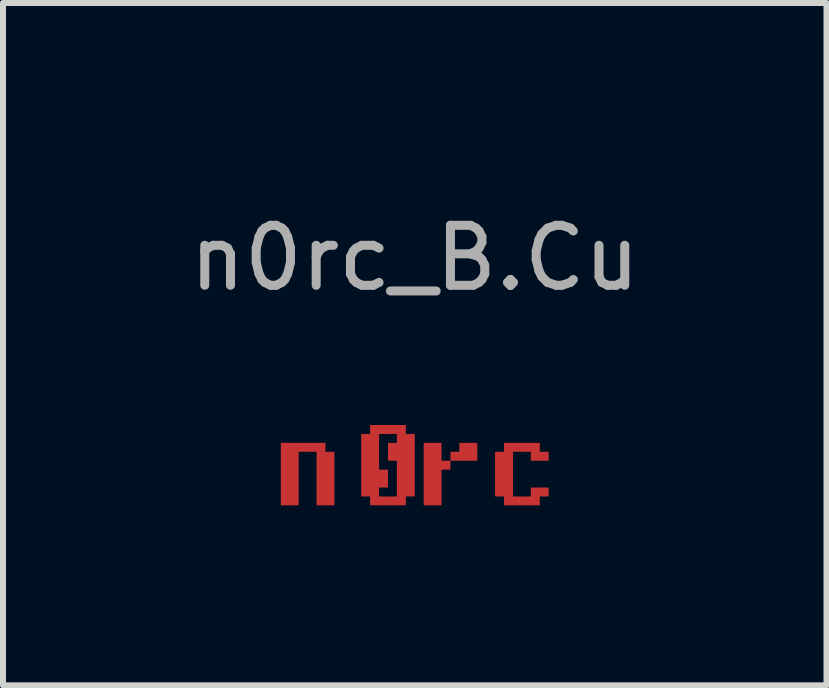
<source format=kicad_pcb>
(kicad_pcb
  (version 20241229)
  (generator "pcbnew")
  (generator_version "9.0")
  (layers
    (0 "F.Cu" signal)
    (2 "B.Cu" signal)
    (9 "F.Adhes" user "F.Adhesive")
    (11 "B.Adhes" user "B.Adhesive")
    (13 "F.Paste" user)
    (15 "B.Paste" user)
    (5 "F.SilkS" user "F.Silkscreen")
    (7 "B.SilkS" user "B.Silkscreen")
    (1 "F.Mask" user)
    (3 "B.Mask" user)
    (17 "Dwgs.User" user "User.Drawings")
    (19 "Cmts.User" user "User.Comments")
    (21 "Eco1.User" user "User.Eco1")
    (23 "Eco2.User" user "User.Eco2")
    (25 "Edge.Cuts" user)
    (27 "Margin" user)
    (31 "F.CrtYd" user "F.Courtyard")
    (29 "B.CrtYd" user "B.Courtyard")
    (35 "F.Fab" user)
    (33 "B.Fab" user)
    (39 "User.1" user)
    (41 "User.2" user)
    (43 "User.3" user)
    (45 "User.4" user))
  (footprint "n0rc_B.Cu"
    (layer "F.Cu")
    (at 3.863 0.25)
    (property "Reference" "n0rc_B.Cu" (at 0 1 0) (unlocked yes) (layer "F.Fab") (effects (font (size 1 1) (thickness 0.15))))
    (attr board_only exclude_from_pos_files exclude_from_bom)
    (fp_poly (pts (xy 1.042 4.379) (xy 0.595 4.379) (xy 0.595 4.23) (xy 0.744 4.23) (xy 0.744 4.082) (xy 1.042 4.082)) (stroke (width 0) (type solid)) (fill yes) (layer "F.Cu"))
    (fp_poly (pts (xy 0.446 4.379) (xy 0.595 4.379) (xy 0.595 4.528) (xy 0.446 4.528) (xy 0.446 5.123) (xy 0.149 5.123) (xy 0.149 4.082) (xy 0.446 4.082)) (stroke (width 0) (type solid)) (fill yes) (layer "F.Cu"))
    (fp_poly (pts (xy -1.488 4.23) (xy -1.339 4.23) (xy -1.339 5.123) (xy -1.637 5.123) (xy -1.637 4.23) (xy -1.935 4.23) (xy -1.935 5.123) (xy -2.232 5.123) (xy -2.232 4.082) (xy -1.488 4.082)) (stroke (width 0) (type solid)) (fill yes) (layer "F.Cu"))
    (fp_poly (pts (xy 2.084 4.23) (xy 2.232 4.23) (xy 2.232 4.379) (xy 1.935 4.379) (xy 1.935 4.23) (xy 1.637 4.23) (xy 1.637 4.975) (xy 1.935 4.975) (xy 1.935 4.826) (xy 2.232 4.826) (xy 2.232 4.975) (xy 2.084 4.975) (xy 2.084 5.123) (xy 1.488 5.123) (xy 1.488 4.975) (xy 1.339 4.975) (xy 1.339 4.23) (xy 1.488 4.23) (xy 1.488 4.082) (xy 2.084 4.082)) (stroke (width 0) (type solid)) (fill yes) (layer "F.Cu"))
    (fp_poly (pts (xy -0.149 3.933) (xy 0 3.933) (xy 0 4.975) (xy -0.149 4.975) (xy -0.149 5.123) (xy -0.744 5.123) (xy -0.744 4.975) (xy -0.893 4.975) (xy -0.893 3.933) (xy -0.744 3.933) (xy -0.595 3.933) (xy -0.595 4.528) (xy -0.446 4.528) (xy -0.446 4.826) (xy -0.595 4.826) (xy -0.595 4.975) (xy -0.298 4.975) (xy -0.298 4.379) (xy -0.446 4.379) (xy -0.446 4.082) (xy -0.298 4.082) (xy -0.298 3.933) (xy -0.595 3.933) (xy -0.744 3.933) (xy -0.744 3.784) (xy -0.149 3.784)) (stroke (width 0) (type solid)) (fill yes) (layer "F.Cu")))
  (gr_rect
    (start -3 -3)
    (end 10.726 8.373)
    (stroke (width 0.1) (type default))
    (fill no)
    (layer "Edge.Cuts")))
</source>
